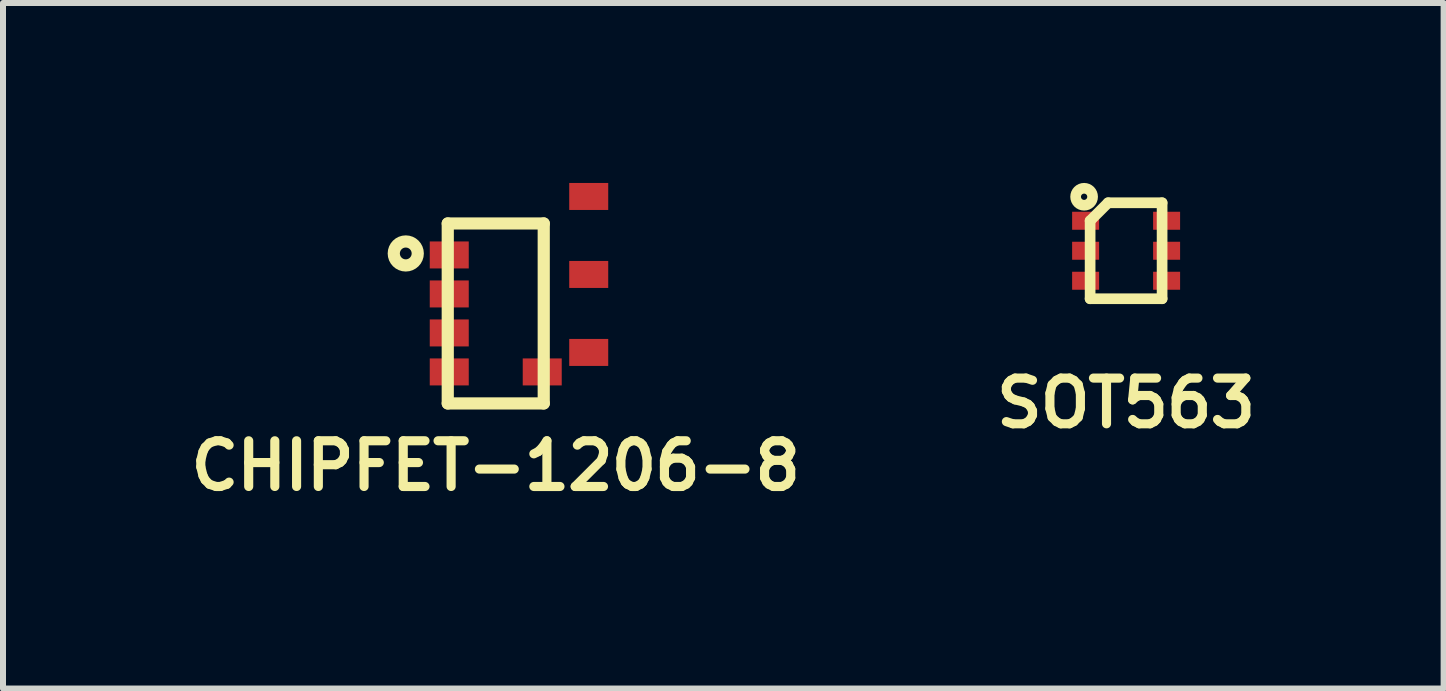
<source format=kicad_pcb>
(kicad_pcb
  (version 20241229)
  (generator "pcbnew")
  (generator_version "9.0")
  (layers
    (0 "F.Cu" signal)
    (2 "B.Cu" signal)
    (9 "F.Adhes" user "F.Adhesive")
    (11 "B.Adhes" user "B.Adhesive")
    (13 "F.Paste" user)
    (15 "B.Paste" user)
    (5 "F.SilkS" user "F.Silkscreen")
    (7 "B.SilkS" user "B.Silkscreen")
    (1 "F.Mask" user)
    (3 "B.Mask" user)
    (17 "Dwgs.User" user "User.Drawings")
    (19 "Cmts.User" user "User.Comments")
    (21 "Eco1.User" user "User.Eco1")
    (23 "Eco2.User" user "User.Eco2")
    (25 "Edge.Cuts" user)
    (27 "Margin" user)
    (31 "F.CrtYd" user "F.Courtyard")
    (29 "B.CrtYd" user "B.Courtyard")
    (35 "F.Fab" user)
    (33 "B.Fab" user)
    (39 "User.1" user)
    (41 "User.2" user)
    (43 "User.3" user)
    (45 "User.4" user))
  (footprint "SOT563"
    (layer "F.Cu")
    (at 15.722 1.13)
    (property "Reference" "SOT563" (at 0 2.54 0) (layer "F.SilkS") (effects (font (size 0.762 0.762) (thickness 0.152))))
    (attr smd)
    (fp_line (start -0.6 -0.5) (end -0.6 0.8) (stroke (width 0.178) (type solid)) (layer "F.SilkS"))
    (fp_line (start -0.6 -0.5) (end -0.3 -0.8) (stroke (width 0.178) (type solid)) (layer "F.SilkS"))
    (fp_line (start -0.6 0.8) (end 0.6 0.8) (stroke (width 0.178) (type solid)) (layer "F.SilkS"))
    (fp_line (start -0.3 -0.8) (end 0.6 -0.8) (stroke (width 0.178) (type solid)) (layer "F.SilkS"))
    (fp_line (start 0.6 0.8) (end 0.6 -0.8) (stroke (width 0.178) (type solid)) (layer "F.SilkS"))
    (fp_circle (center -0.7 -0.9) (end -0.8 -1) (stroke (width 0.178) (type solid)) (fill no) (layer "F.SilkS"))
    (pad "1" smd rect (at -0.675 -0.5) (size 0.45 0.3) (layers "F.Cu" "F.Mask" "F.Paste"))
    (pad "2" smd rect (at -0.675 0) (size 0.45 0.3) (layers "F.Cu" "F.Mask" "F.Paste"))
    (pad "3" smd rect (at -0.675 0.5) (size 0.45 0.3) (layers "F.Cu" "F.Mask" "F.Paste"))
    (pad "4" smd rect (at 0.675 0.5) (size 0.45 0.3) (layers "F.Cu" "F.Mask" "F.Paste"))
    (pad "5" smd rect (at 0.675 0) (size 0.45 0.3) (layers "F.Cu" "F.Mask" "F.Paste"))
    (pad "6" smd rect (at 0.675 -0.5) (size 0.45 0.3) (layers "F.Cu" "F.Mask" "F.Paste")))
  (footprint "CHIPFET-1206-8"
    (layer "F.Cu")
    (at 5.214 2.175)
    (property "Reference" "CHIPFET-1206-8" (at 0 2.54 0) (layer "F.SilkS") (effects (font (size 0.762 0.762) (thickness 0.152))))
    (attr through_hole)
    (fp_line (start -0.8 -1.5) (end -0.8 1.5) (stroke (width 0.203) (type solid)) (layer "F.SilkS"))
    (fp_line (start -0.8 1.5) (end 0.8 1.5) (stroke (width 0.203) (type solid)) (layer "F.SilkS"))
    (fp_line (start 0.8 -1.5) (end -0.8 -1.5) (stroke (width 0.203) (type solid)) (layer "F.SilkS"))
    (fp_line (start 0.8 1.5) (end 0.8 -1.5) (stroke (width 0.203) (type solid)) (layer "F.SilkS"))
    (fp_circle (center -1.5 -1) (end -1.3 -1) (stroke (width 0.203) (type solid)) (fill no) (layer "F.SilkS"))
    (pad "1" smd rect (at -0.775 -0.975) (size 0.65 0.45) (layers "F.Cu" "F.Mask" "F.Paste"))
    (pad "2" smd rect (at -0.775 -0.325) (size 0.65 0.45) (layers "F.Cu" "F.Mask" "F.Paste"))
    (pad "3" smd rect (at -0.775 0.325) (size 0.65 0.45) (layers "F.Cu" "F.Mask" "F.Paste"))
    (pad "4" smd rect (at -0.775 0.975) (size 0.65 0.45) (layers "F.Cu" "F.Mask" "F.Paste"))
    (pad "5" smd rect (at 0.775 0.975) (size 0.65 0.45) (layers "F.Cu" "F.Mask" "F.Paste"))
    (pad "6" smd rect (at 1.55 0.65) (size 0.65 0.45) (layers "F.Cu" "F.Mask" "F.Paste"))
    (pad "7" smd rect (at 1.55 -0.65) (size 0.65 0.45) (layers "F.Cu" "F.Mask" "F.Paste"))
    (pad "8" smd rect (at 1.55 -1.95) (size 0.65 0.45) (layers "F.Cu" "F.Mask" "F.Paste")))
  (gr_rect
    (start -3 -3)
    (end 21.015 8.428)
    (stroke (width 0.1) (type default))
    (fill no)
    (layer "Edge.Cuts")))
</source>
